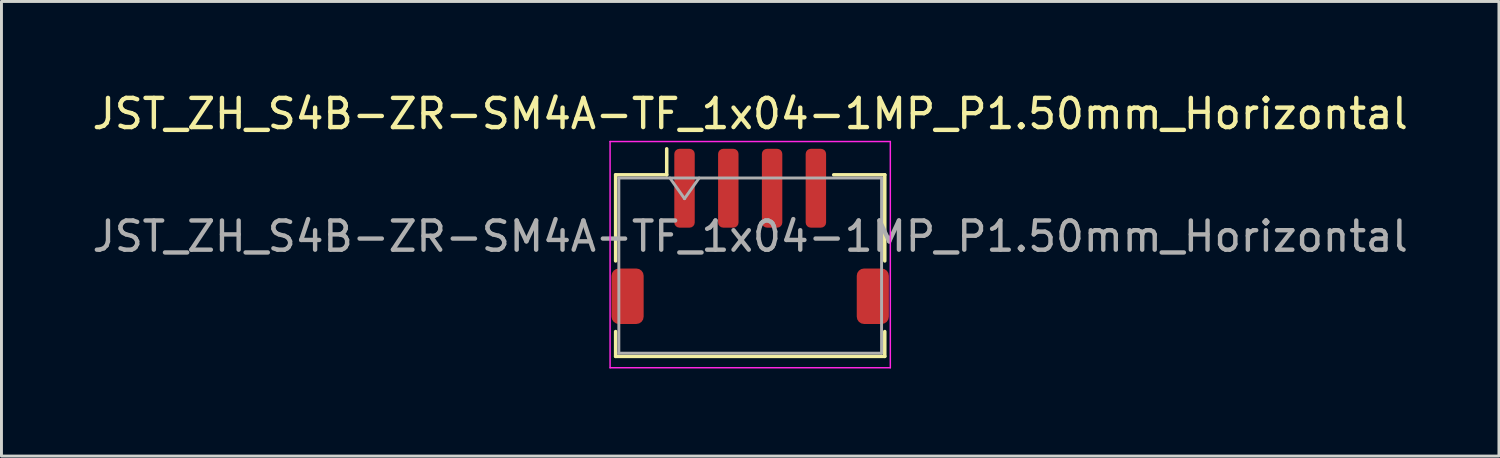
<source format=kicad_pcb>
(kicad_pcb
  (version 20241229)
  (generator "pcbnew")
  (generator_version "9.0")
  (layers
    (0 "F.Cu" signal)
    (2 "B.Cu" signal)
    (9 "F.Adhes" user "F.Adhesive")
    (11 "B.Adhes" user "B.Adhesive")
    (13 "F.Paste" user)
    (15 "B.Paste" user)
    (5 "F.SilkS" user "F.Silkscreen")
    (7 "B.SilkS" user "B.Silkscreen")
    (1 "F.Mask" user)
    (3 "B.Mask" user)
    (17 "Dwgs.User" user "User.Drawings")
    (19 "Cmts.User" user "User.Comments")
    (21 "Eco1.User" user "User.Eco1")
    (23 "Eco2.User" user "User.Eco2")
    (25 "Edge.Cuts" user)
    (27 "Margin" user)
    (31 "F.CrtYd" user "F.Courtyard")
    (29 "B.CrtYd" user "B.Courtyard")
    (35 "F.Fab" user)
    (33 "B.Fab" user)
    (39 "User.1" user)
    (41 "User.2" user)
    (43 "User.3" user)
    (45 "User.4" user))
  (footprint "JST_ZH_S4B-ZR-SM4A-TF_1x04-1MP_P1.50mm_Horizontal"
    (layer "F.Cu")
    (at 22.649 5.048)
    (property "Reference" "JST_ZH_S4B-ZR-SM4A-TF_1x04-1MP_P1.50mm_Horizontal" (at 0 -4.2 0) (layer "F.SilkS") (effects (font (size 1 1) (thickness 0.15))))
    (attr smd)
    (fp_line (start -4.61 -2.11) (end -2.86 -2.11) (stroke (width 0.12) (type solid)) (layer "F.SilkS"))
    (fp_line (start -4.61 0.84) (end -4.61 -2.11) (stroke (width 0.12) (type solid)) (layer "F.SilkS"))
    (fp_line (start -4.61 3.26) (end -4.61 4.11) (stroke (width 0.12) (type solid)) (layer "F.SilkS"))
    (fp_line (start -4.61 4.11) (end 4.61 4.11) (stroke (width 0.12) (type solid)) (layer "F.SilkS"))
    (fp_line (start -2.86 -2.11) (end -2.86 -3) (stroke (width 0.12) (type solid)) (layer "F.SilkS"))
    (fp_line (start 4.61 -2.11) (end 2.86 -2.11) (stroke (width 0.12) (type solid)) (layer "F.SilkS"))
    (fp_line (start 4.61 0.84) (end 4.61 -2.11) (stroke (width 0.12) (type solid)) (layer "F.SilkS"))
    (fp_line (start 4.61 4.11) (end 4.61 3.26) (stroke (width 0.12) (type solid)) (layer "F.SilkS"))
    (fp_line (start -4.8 -3.25) (end -4.8 4.5) (stroke (width 0.05) (type solid)) (layer "F.CrtYd"))
    (fp_line (start -4.8 4.5) (end 4.8 4.5) (stroke (width 0.05) (type solid)) (layer "F.CrtYd"))
    (fp_line (start 4.8 -3.25) (end -4.8 -3.25) (stroke (width 0.05) (type solid)) (layer "F.CrtYd"))
    (fp_line (start 4.8 4.5) (end 4.8 -3.25) (stroke (width 0.05) (type solid)) (layer "F.CrtYd"))
    (fp_line (start -4.5 -2) (end -4.5 4) (stroke (width 0.1) (type solid)) (layer "F.Fab"))
    (fp_line (start -4.5 -2) (end 4.5 -2) (stroke (width 0.1) (type solid)) (layer "F.Fab"))
    (fp_line (start -4.5 4) (end 4.5 4) (stroke (width 0.1) (type solid)) (layer "F.Fab"))
    (fp_line (start -2.75 -2) (end -2.25 -1.293) (stroke (width 0.1) (type solid)) (layer "F.Fab"))
    (fp_line (start -2.25 -1.293) (end -1.75 -2) (stroke (width 0.1) (type solid)) (layer "F.Fab"))
    (fp_line (start 4.5 -2) (end 4.5 4) (stroke (width 0.1) (type solid)) (layer "F.Fab"))
    (fp_text user "${REFERENCE}" (at 0 0 0) (layer "F.Fab") (effects (font (size 1 1) (thickness 0.15))))
    (pad "1" smd roundrect (at -2.25 -1.65) (size 0.7 2.7) (layers "F.Cu" "F.Mask" "F.Paste") (roundrect_rratio 0.25))
    (pad "2" smd roundrect (at -0.75 -1.65) (size 0.7 2.7) (layers "F.Cu" "F.Mask" "F.Paste") (roundrect_rratio 0.25))
    (pad "3" smd roundrect (at 0.75 -1.65) (size 0.7 2.7) (layers "F.Cu" "F.Mask" "F.Paste") (roundrect_rratio 0.25))
    (pad "4" smd roundrect (at 2.25 -1.65) (size 0.7 2.7) (layers "F.Cu" "F.Mask" "F.Paste") (roundrect_rratio 0.25))
    (pad "MP" smd roundrect (at -4.2 2.05) (size 1.1 1.9) (layers "F.Cu" "F.Mask" "F.Paste") (roundrect_rratio 0.227))
    (pad "MP" smd roundrect (at 4.2 2.05) (size 1.1 1.9) (layers "F.Cu" "F.Mask" "F.Paste") (roundrect_rratio 0.227)))
  (gr_rect
    (start -3 -3)
    (end 48.298 12.573)
    (stroke (width 0.1) (type default))
    (fill no)
    (layer "Edge.Cuts")))
</source>
